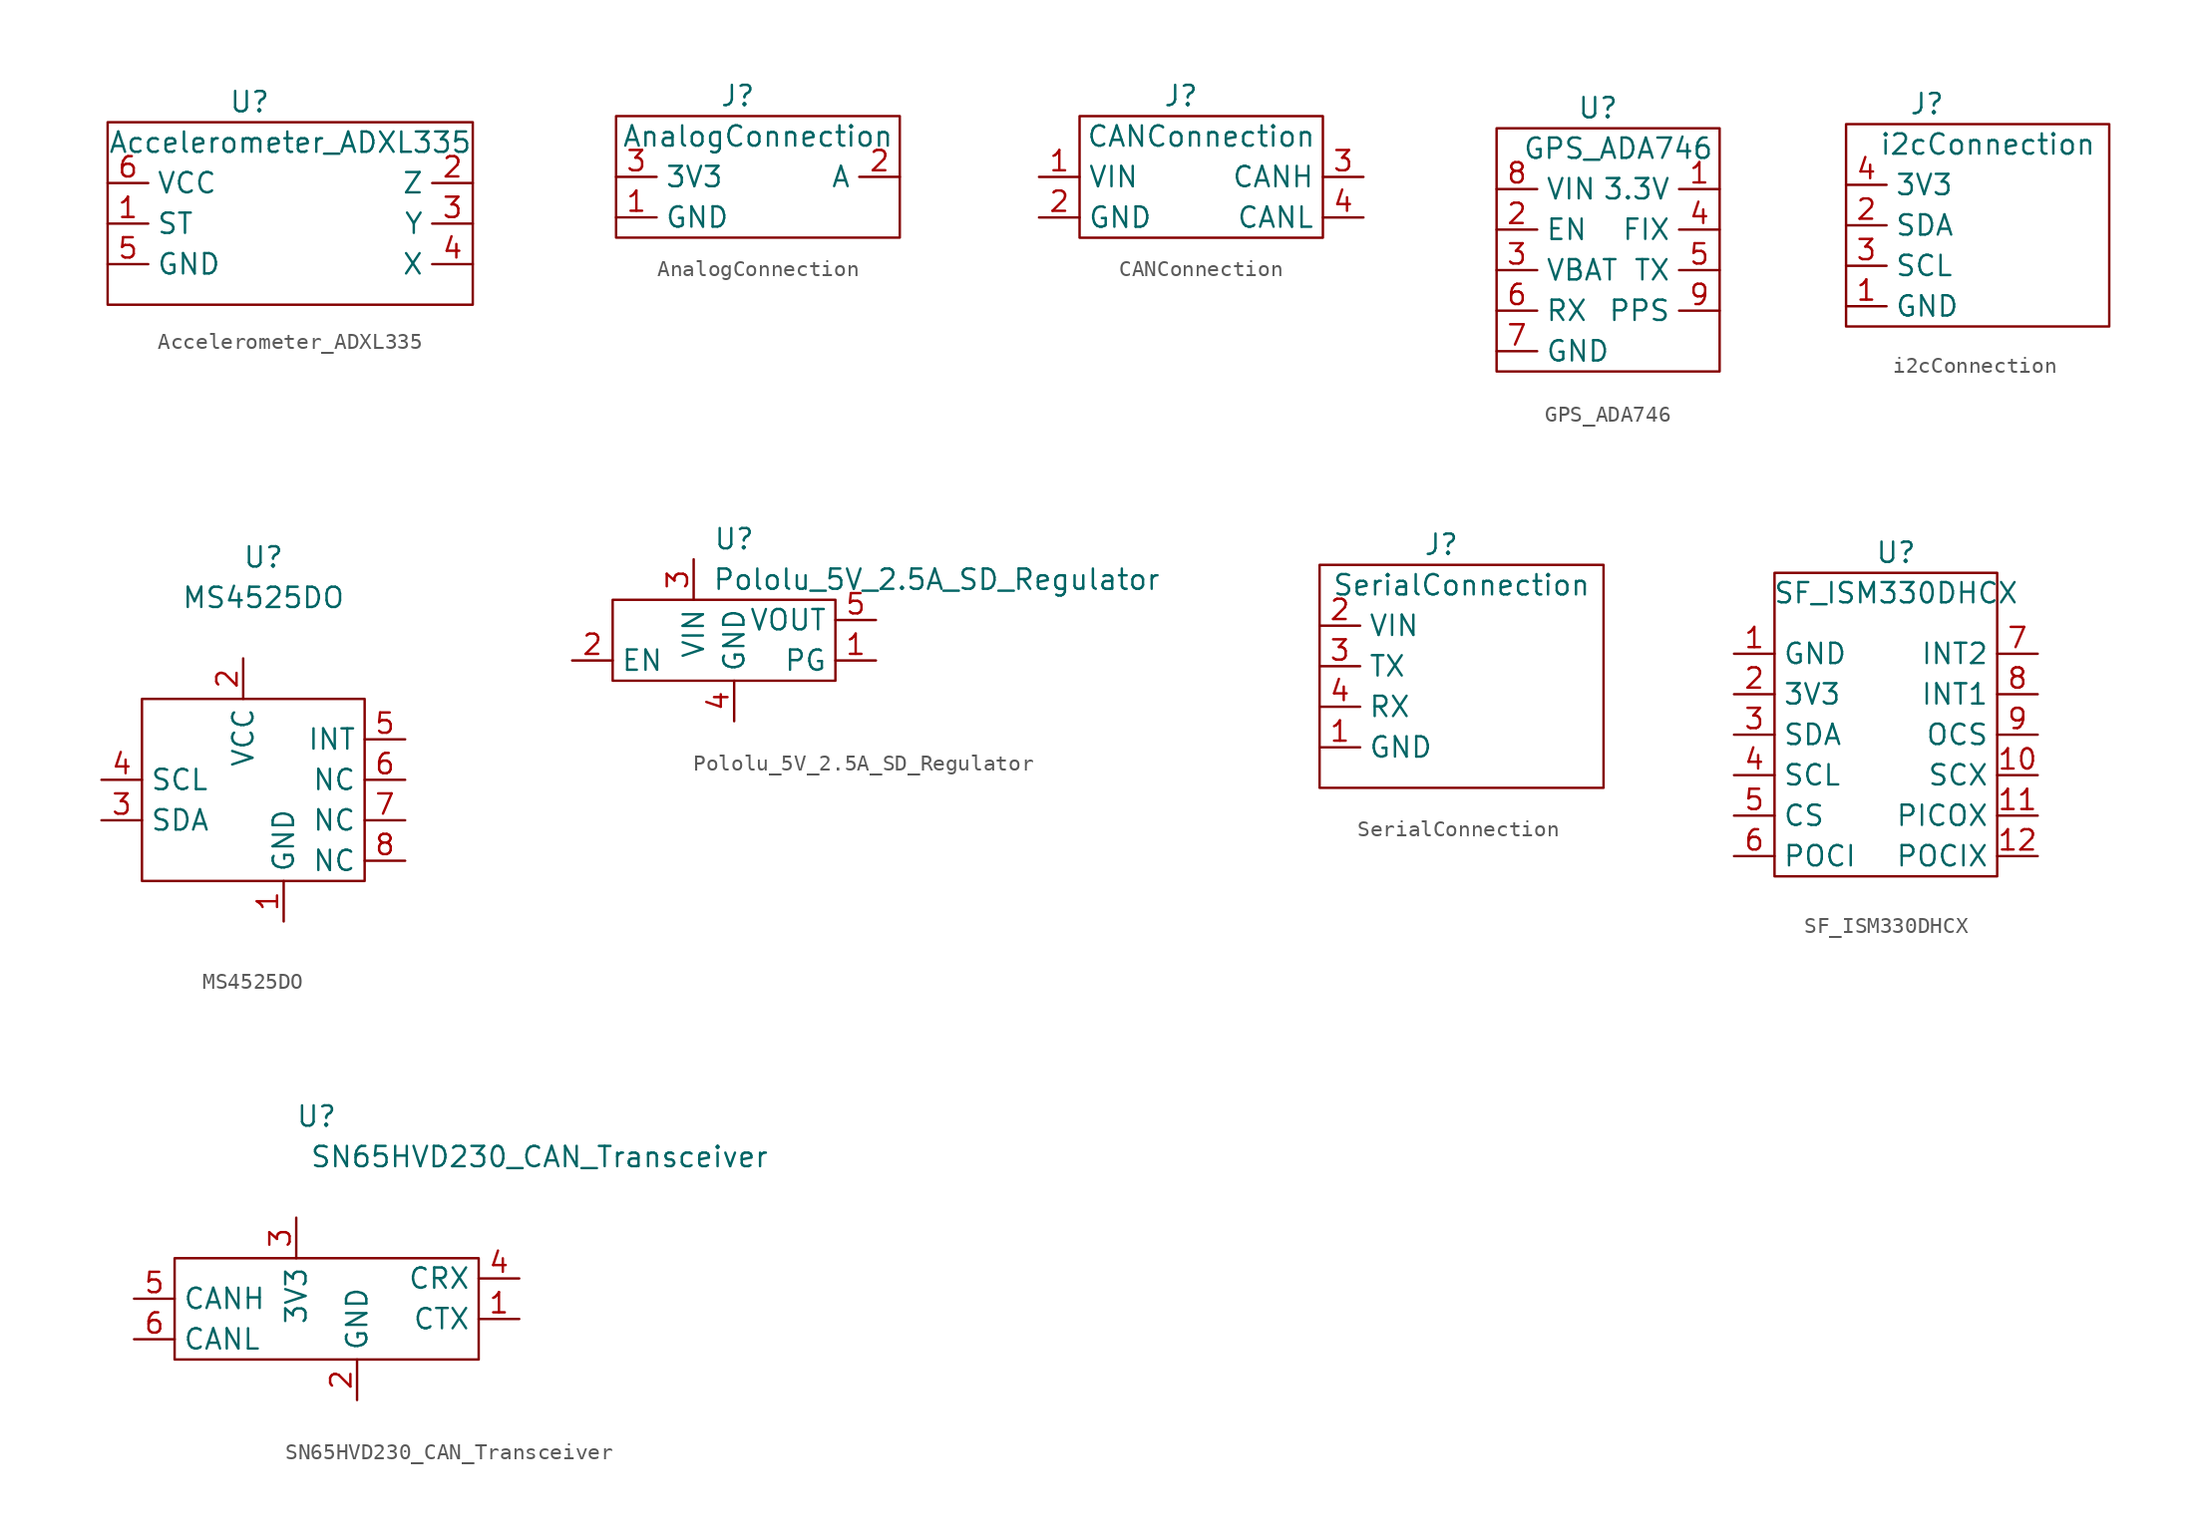
<source format=kicad_sym>
(kicad_symbol_lib
  (version 20211014)
  (generator kicad_symbol_editor)
  (symbol "Accelerometer_ADXL335"
    (property "Reference" "U"
      (at 2.54 1.27 0)
      (effects (font (size 1.27 1.27))))
    (property "Value" "Accelerometer_ADXL335"
      (at 5.08 -1.27 0)
      (effects (font (size 1.27 1.27))))
    (symbol "Accelerometer_ADXL335_0_1"
      (rectangle (start -6.35 0) (end 16.51 -11.43) (stroke (width 0) (type default) (color 0 0 0 0)) (fill (type none))))
    (symbol "Accelerometer_ADXL335_1_1"
      (pin input line (at -6.35 -6.35 0) (length 2.54) (name "ST" (effects (font (size 1.27 1.27)))) (number "1" (effects (font (size 1.27 1.27)))))
      (pin output line (at 16.51 -3.81 180) (length 2.54) (name "Z" (effects (font (size 1.27 1.27)))) (number "2" (effects (font (size 1.27 1.27)))))
      (pin output line (at 16.51 -6.35 180) (length 2.54) (name "Y" (effects (font (size 1.27 1.27)))) (number "3" (effects (font (size 1.27 1.27)))))
      (pin output line (at 16.51 -8.89 180) (length 2.54) (name "X" (effects (font (size 1.27 1.27)))) (number "4" (effects (font (size 1.27 1.27)))))
      (pin input line (at -6.35 -8.89 0) (length 2.54) (name "GND" (effects (font (size 1.27 1.27)))) (number "5" (effects (font (size 1.27 1.27)))))
      (pin input line (at -6.35 -3.81 0) (length 2.54) (name "VCC" (effects (font (size 1.27 1.27)))) (number "6" (effects (font (size 1.27 1.27)))))))
  (symbol "AnalogConnection"
    (property "Reference" "J"
      (at 0 0 0)
      (effects (font (size 1.27 1.27))))
    (property "Value" "AnalogConnection"
      (at 1.27 -2.54 0)
      (effects (font (size 1.27 1.27))))
    (symbol "AnalogConnection_0_1"
      (rectangle (start -7.62 -1.27) (end 10.16 -8.89) (stroke (width 0) (type default) (color 0 0 0 0)) (fill (type none))))
    (symbol "AnalogConnection_1_1"
      (pin input line (at -7.62 -7.62 0) (length 2.54) (name "GND" (effects (font (size 1.27 1.27)))) (number "1" (effects (font (size 1.27 1.27)))))
      (pin output line (at 10.16 -5.08 180) (length 2.54) (name "A" (effects (font (size 1.27 1.27)))) (number "2" (effects (font (size 1.27 1.27)))))
      (pin input line (at -7.62 -5.08 0) (length 2.54) (name "3V3" (effects (font (size 1.27 1.27)))) (number "3" (effects (font (size 1.27 1.27)))))))
  (symbol "CANConnection"
    (property "Reference" "J"
      (at 0 0 0)
      (effects (font (size 1.27 1.27))))
    (property "Value" "CANConnection"
      (at 1.27 -2.54 0)
      (effects (font (size 1.27 1.27))))
    (symbol "CANConnection_0_1"
      (rectangle (start -6.35 -1.27) (end 8.89 -8.89) (stroke (width 0) (type default) (color 0 0 0 0)) (fill (type none))))
    (symbol "CANConnection_1_1"
      (pin input line (at -8.89 -5.08 0) (length 2.54) (name "VIN" (effects (font (size 1.27 1.27)))) (number "1" (effects (font (size 1.27 1.27)))))
      (pin input line (at -8.89 -7.62 0) (length 2.54) (name "GND" (effects (font (size 1.27 1.27)))) (number "2" (effects (font (size 1.27 1.27)))))
      (pin input line (at 11.43 -5.08 180) (length 2.54) (name "CANH" (effects (font (size 1.27 1.27)))) (number "3" (effects (font (size 1.27 1.27)))))
      (pin input line (at 11.43 -7.62 180) (length 2.54) (name "CANL" (effects (font (size 1.27 1.27)))) (number "4" (effects (font (size 1.27 1.27)))))))
  (symbol "GPS_ADA746"
    (property "Reference" "U"
      (at 0 0 0)
      (effects (font (size 1.27 1.27))))
    (property "Value" "GPS_ADA746"
      (at 1.27 -2.54 0)
      (effects (font (size 1.27 1.27))))
    (symbol "GPS_ADA746_0_1"
      (rectangle (start -6.35 -1.27) (end 7.62 -16.51) (stroke (width 0) (type default) (color 0 0 0 0)) (fill (type none))))
    (symbol "GPS_ADA746_1_1"
      (pin output line (at 7.62 -5.08 180) (length 2.54) (name "3.3V" (effects (font (size 1.27 1.27)))) (number "1" (effects (font (size 1.27 1.27)))))
      (pin input line (at -6.35 -7.62 0) (length 2.54) (name "EN" (effects (font (size 1.27 1.27)))) (number "2" (effects (font (size 1.27 1.27)))))
      (pin input line (at -6.35 -10.16 0) (length 2.54) (name "VBAT" (effects (font (size 1.27 1.27)))) (number "3" (effects (font (size 1.27 1.27)))))
      (pin output line (at 7.62 -7.62 180) (length 2.54) (name "FIX" (effects (font (size 1.27 1.27)))) (number "4" (effects (font (size 1.27 1.27)))))
      (pin output line (at 7.62 -10.16 180) (length 2.54) (name "TX" (effects (font (size 1.27 1.27)))) (number "5" (effects (font (size 1.27 1.27)))))
      (pin input line (at -6.35 -12.7 0) (length 2.54) (name "RX" (effects (font (size 1.27 1.27)))) (number "6" (effects (font (size 1.27 1.27)))))
      (pin input line (at -6.35 -15.24 0) (length 2.54) (name "GND" (effects (font (size 1.27 1.27)))) (number "7" (effects (font (size 1.27 1.27)))))
      (pin input line (at -6.35 -5.08 0) (length 2.54) (name "VIN" (effects (font (size 1.27 1.27)))) (number "8" (effects (font (size 1.27 1.27)))))
      (pin output line (at 7.62 -12.7 180) (length 2.54) (name "PPS" (effects (font (size 1.27 1.27)))) (number "9" (effects (font (size 1.27 1.27)))))))
  (symbol "i2cConnection"
    (property "Reference" "J"
      (at 0 0 0)
      (effects (font (size 1.27 1.27))))
    (property "Value" "i2cConnection"
      (at 3.81 -2.54 0)
      (effects (font (size 1.27 1.27))))
    (symbol "i2cConnection_0_1"
      (rectangle (start -5.08 -13.97) (end 11.43 -1.27) (stroke (width 0) (type default) (color 0 0 0 0)) (fill (type none))))
    (symbol "i2cConnection_1_1"
      (pin input line (at -5.08 -12.7 0) (length 2.54) (name "GND" (effects (font (size 1.27 1.27)))) (number "1" (effects (font (size 1.27 1.27)))))
      (pin input line (at -5.08 -7.62 0) (length 2.54) (name "SDA" (effects (font (size 1.27 1.27)))) (number "2" (effects (font (size 1.27 1.27)))))
      (pin input line (at -5.08 -10.16 0) (length 2.54) (name "SCL" (effects (font (size 1.27 1.27)))) (number "3" (effects (font (size 1.27 1.27)))))
      (pin input line (at -5.08 -5.08 0) (length 2.54) (name "3V3" (effects (font (size 1.27 1.27)))) (number "4" (effects (font (size 1.27 1.27)))))))
  (symbol "MS4525DO"
    (property "Reference" "U"
      (at 0 5.08 0)
      (effects (font (size 1.27 1.27))))
    (property "Value" "MS4525DO"
      (at 0 2.54 0)
      (effects (font (size 1.27 1.27))))
    (symbol "MS4525DO_0_1"
      (rectangle (start -7.62 -15.24) (end 6.35 -3.81) (stroke (width 0) (type default) (color 0 0 0 0)) (fill (type none))))
    (symbol "MS4525DO_1_1"
      (pin input line (at 1.27 -17.78 90) (length 2.54) (name "GND" (effects (font (size 1.27 1.27)))) (number "1" (effects (font (size 1.27 1.27)))))
      (pin input line (at -1.27 -1.27 270) (length 2.54) (name "VCC" (effects (font (size 1.27 1.27)))) (number "2" (effects (font (size 1.27 1.27)))))
      (pin input line (at -10.16 -11.43 0) (length 2.54) (name "SDA" (effects (font (size 1.27 1.27)))) (number "3" (effects (font (size 1.27 1.27)))))
      (pin input line (at -10.16 -8.89 0) (length 2.54) (name "SCL" (effects (font (size 1.27 1.27)))) (number "4" (effects (font (size 1.27 1.27)))))
      (pin input line (at 8.89 -6.35 180) (length 2.54) (name "INT" (effects (font (size 1.27 1.27)))) (number "5" (effects (font (size 1.27 1.27)))))
      (pin input line (at 8.89 -8.89 180) (length 2.54) (name "NC" (effects (font (size 1.27 1.27)))) (number "6" (effects (font (size 1.27 1.27)))))
      (pin input line (at 8.89 -11.43 180) (length 2.54) (name "NC" (effects (font (size 1.27 1.27)))) (number "7" (effects (font (size 1.27 1.27)))))
      (pin input line (at 8.89 -13.97 180) (length 2.54) (name "NC" (effects (font (size 1.27 1.27)))) (number "8" (effects (font (size 1.27 1.27)))))))
  (symbol "Pololu_5V_2.5A_SD_Regulator"
    (property "Reference" "U"
      (at -1.27 0 0)
      (effects (font (size 1.27 1.27))))
    (property "Value" "Pololu_5V_2.5A_SD_Regulator"
      (at 11.43 -2.54 0)
      (effects (font (size 1.27 1.27))))
    (symbol "Pololu_5V_2.5A_SD_Regulator_0_1"
      (rectangle (start -8.89 -3.81) (end 5.08 -8.89) (stroke (width 0) (type default) (color 0 0 0 0)) (fill (type none))))
    (symbol "Pololu_5V_2.5A_SD_Regulator_1_1"
      (pin output line (at 7.62 -7.62 180) (length 2.54) (name "PG" (effects (font (size 1.27 1.27)))) (number "1" (effects (font (size 1.27 1.27)))))
      (pin input line (at -11.43 -7.62 0) (length 2.54) (name "EN" (effects (font (size 1.27 1.27)))) (number "2" (effects (font (size 1.27 1.27)))))
      (pin input line (at -3.81 -1.27 270) (length 2.54) (name "VIN" (effects (font (size 1.27 1.27)))) (number "3" (effects (font (size 1.27 1.27)))))
      (pin input line (at -1.27 -11.43 90) (length 2.54) (name "GND" (effects (font (size 1.27 1.27)))) (number "4" (effects (font (size 1.27 1.27)))))
      (pin output line (at 7.62 -5.08 180) (length 2.54) (name "VOUT" (effects (font (size 1.27 1.27)))) (number "5" (effects (font (size 1.27 1.27)))))))
  (symbol "SerialConnection"
    (property "Reference" "J"
      (at 0 0 0)
      (effects (font (size 1.27 1.27))))
    (property "Value" "SerialConnection"
      (at 1.27 -2.54 0)
      (effects (font (size 1.27 1.27))))
    (symbol "SerialConnection_0_1"
      (rectangle (start -7.62 -1.27) (end 10.16 -15.24) (stroke (width 0) (type default) (color 0 0 0 0)) (fill (type none))))
    (symbol "SerialConnection_1_1"
      (pin input line (at -7.62 -12.7 0) (length 2.54) (name "GND" (effects (font (size 1.27 1.27)))) (number "1" (effects (font (size 1.27 1.27)))))
      (pin input line (at -7.62 -5.08 0) (length 2.54) (name "VIN" (effects (font (size 1.27 1.27)))) (number "2" (effects (font (size 1.27 1.27)))))
      (pin input line (at -7.62 -7.62 0) (length 2.54) (name "TX" (effects (font (size 1.27 1.27)))) (number "3" (effects (font (size 1.27 1.27)))))
      (pin input line (at -7.62 -10.16 0) (length 2.54) (name "RX" (effects (font (size 1.27 1.27)))) (number "4" (effects (font (size 1.27 1.27)))))))
  (symbol "SF_ISM330DHCX"
    (property "Reference" "U"
      (at 0 0 0)
      (effects (font (size 1.27 1.27))))
    (property "Value" "SF_ISM330DHCX"
      (at 0 -2.54 0)
      (effects (font (size 1.27 1.27))))
    (symbol "SF_ISM330DHCX_0_1"
      (rectangle (start -7.62 -1.27) (end 6.35 -20.32) (stroke (width 0) (type default) (color 0 0 0 0)) (fill (type none))))
    (symbol "SF_ISM330DHCX_1_1"
      (pin input line (at -10.16 -6.35 0) (length 2.54) (name "GND" (effects (font (size 1.27 1.27)))) (number "1" (effects (font (size 1.27 1.27)))))
      (pin input line (at 8.89 -13.97 180) (length 2.54) (name "SCX" (effects (font (size 1.27 1.27)))) (number "10" (effects (font (size 1.27 1.27)))))
      (pin input line (at 8.89 -16.51 180) (length 2.54) (name "PICOX" (effects (font (size 1.27 1.27)))) (number "11" (effects (font (size 1.27 1.27)))))
      (pin input line (at 8.89 -19.05 180) (length 2.54) (name "POCIX" (effects (font (size 1.27 1.27)))) (number "12" (effects (font (size 1.27 1.27)))))
      (pin input line (at -10.16 -8.89 0) (length 2.54) (name "3V3" (effects (font (size 1.27 1.27)))) (number "2" (effects (font (size 1.27 1.27)))))
      (pin input line (at -10.16 -11.43 0) (length 2.54) (name "SDA" (effects (font (size 1.27 1.27)))) (number "3" (effects (font (size 1.27 1.27)))))
      (pin input line (at -10.16 -13.97 0) (length 2.54) (name "SCL" (effects (font (size 1.27 1.27)))) (number "4" (effects (font (size 1.27 1.27)))))
      (pin input line (at -10.16 -16.51 0) (length 2.54) (name "CS" (effects (font (size 1.27 1.27)))) (number "5" (effects (font (size 1.27 1.27)))))
      (pin input line (at -10.16 -19.05 0) (length 2.54) (name "POCI" (effects (font (size 1.27 1.27)))) (number "6" (effects (font (size 1.27 1.27)))))
      (pin input line (at 8.89 -6.35 180) (length 2.54) (name "INT2" (effects (font (size 1.27 1.27)))) (number "7" (effects (font (size 1.27 1.27)))))
      (pin input line (at 8.89 -8.89 180) (length 2.54) (name "INT1" (effects (font (size 1.27 1.27)))) (number "8" (effects (font (size 1.27 1.27)))))
      (pin input line (at 8.89 -11.43 180) (length 2.54) (name "OCS" (effects (font (size 1.27 1.27)))) (number "9" (effects (font (size 1.27 1.27)))))))
  (symbol "SN65HVD230_CAN_Transceiver"
    (property "Reference" "U"
      (at 0 2.54 0)
      (effects (font (size 1.27 1.27))))
    (property "Value" "SN65HVD230_CAN_Transceiver"
      (at 13.97 0 0)
      (effects (font (size 1.27 1.27))))
    (symbol "SN65HVD230_CAN_Transceiver_0_1"
      (rectangle (start -8.89 -6.35) (end 10.16 -12.7) (stroke (width 0) (type default) (color 0 0 0 0)) (fill (type none))))
    (symbol "SN65HVD230_CAN_Transceiver_1_1"
      (pin input line (at 12.7 -10.16 180) (length 2.54) (name "CTX" (effects (font (size 1.27 1.27)))) (number "1" (effects (font (size 1.27 1.27)))))
      (pin input line (at 2.54 -15.24 90) (length 2.54) (name "GND" (effects (font (size 1.27 1.27)))) (number "2" (effects (font (size 1.27 1.27)))))
      (pin input line (at -1.27 -3.81 270) (length 2.54) (name "3V3" (effects (font (size 1.27 1.27)))) (number "3" (effects (font (size 1.27 1.27)))))
      (pin input line (at 12.7 -7.62 180) (length 2.54) (name "CRX" (effects (font (size 1.27 1.27)))) (number "4" (effects (font (size 1.27 1.27)))))
      (pin input line (at -11.43 -8.89 0) (length 2.54) (name "CANH" (effects (font (size 1.27 1.27)))) (number "5" (effects (font (size 1.27 1.27)))))
      (pin input line (at -11.43 -11.43 0) (length 2.54) (name "CANL" (effects (font (size 1.27 1.27)))) (number "6" (effects (font (size 1.27 1.27))))))))
</source>
